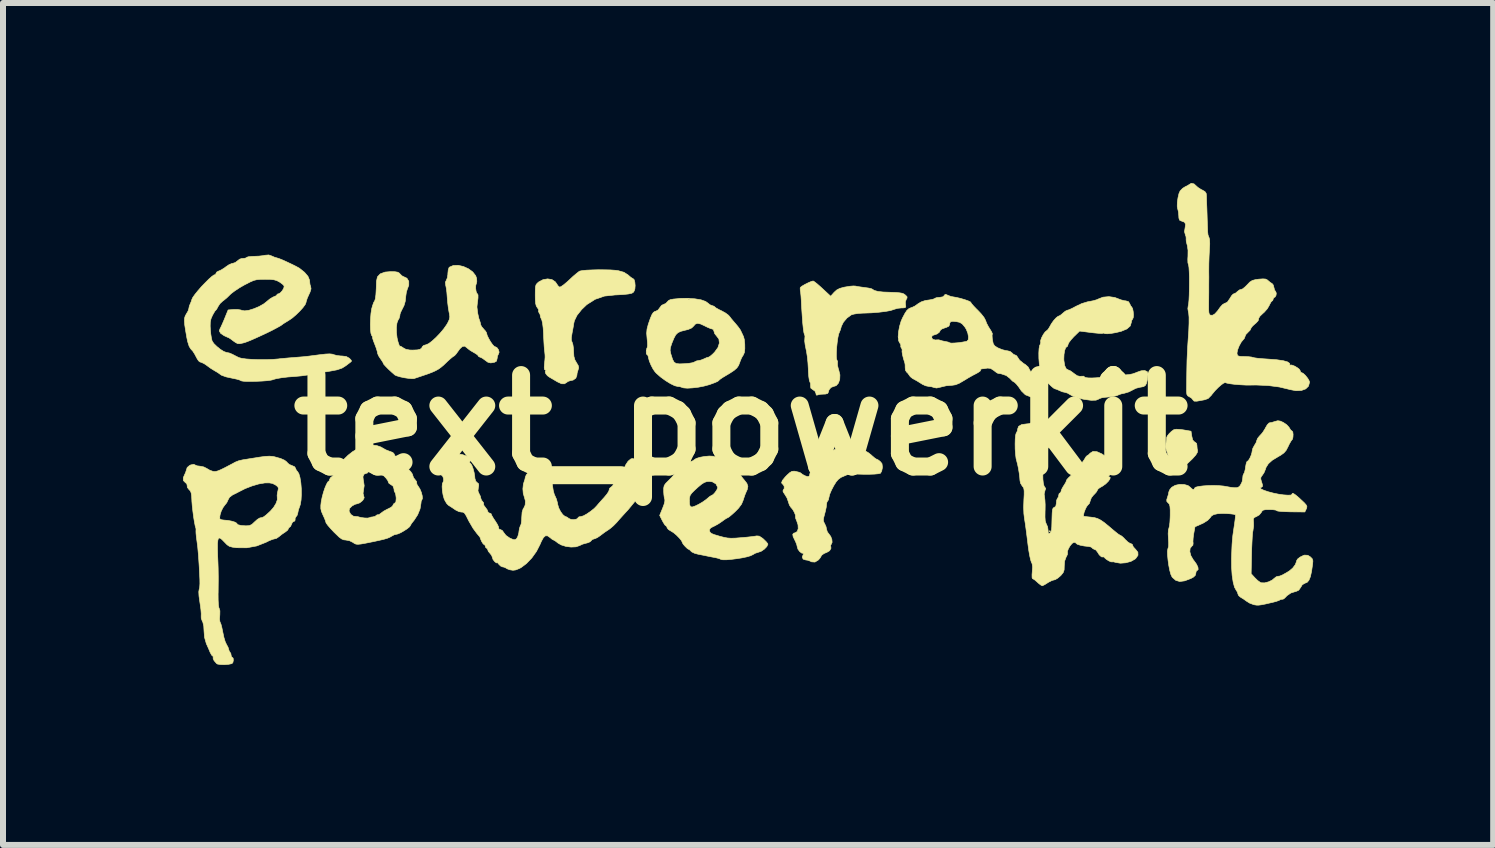
<source format=kicad_pcb>
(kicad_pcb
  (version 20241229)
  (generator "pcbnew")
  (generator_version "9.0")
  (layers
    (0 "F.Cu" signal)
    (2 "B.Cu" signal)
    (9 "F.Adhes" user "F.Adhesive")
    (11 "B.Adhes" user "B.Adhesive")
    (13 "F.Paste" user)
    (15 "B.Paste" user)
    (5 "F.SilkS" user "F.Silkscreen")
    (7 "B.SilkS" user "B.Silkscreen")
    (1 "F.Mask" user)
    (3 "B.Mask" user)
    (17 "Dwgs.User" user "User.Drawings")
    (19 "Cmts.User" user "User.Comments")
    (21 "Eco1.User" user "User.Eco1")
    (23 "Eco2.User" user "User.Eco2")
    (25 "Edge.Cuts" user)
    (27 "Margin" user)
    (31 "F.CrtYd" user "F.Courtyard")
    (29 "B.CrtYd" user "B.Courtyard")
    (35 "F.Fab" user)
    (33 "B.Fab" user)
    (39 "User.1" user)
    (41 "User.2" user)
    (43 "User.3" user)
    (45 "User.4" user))
  (footprint "text_powerkit"
    (layer "F.Cu")
    (at 9.3 4.036)
    (property "Reference" "text_powerkit" (at 0 0 0) (layer "F.SilkS") (effects (font (size 1.524 1.524) (thickness 0.3))))
    (attr through_hole)
    (fp_poly (pts (xy 5.158 1.768) (xy 5.148 1.778) (xy 5.139 1.768) (xy 5.148 1.758) (xy 5.158 1.768)) (stroke (width 0.01) (type solid)) (fill yes) (layer "F.SilkS"))
    (fp_poly (pts (xy 7.333 0.073) (xy 7.375 0.079) (xy 7.501 0.101) (xy 7.514 0.186) (xy 7.529 0.247) (xy 7.555 0.277) (xy 7.563 0.28) (xy 7.594 0.305) (xy 7.599 0.335) (xy 7.603 0.39) (xy 7.61 0.421) (xy 7.607 0.453) (xy 7.58 0.498) (xy 7.526 0.559) (xy 7.443 0.638) (xy 7.43 0.65) (xy 7.389 0.677) (xy 7.358 0.682) (xy 7.346 0.664) (xy 7.33 0.65) (xy 7.298 0.645) (xy 7.259 0.635) (xy 7.249 0.616) (xy 7.233 0.587) (xy 7.196 0.558) (xy 7.153 0.539) (xy 7.142 0.538) (xy 7.123 0.521) (xy 7.116 0.498) (xy 7.102 0.449) (xy 7.089 0.417) (xy 7.078 0.36) (xy 7.084 0.3) (xy 7.093 0.247) (xy 7.095 0.212) (xy 7.095 0.207) (xy 7.105 0.182) (xy 7.135 0.143) (xy 7.175 0.104) (xy 7.214 0.076) (xy 7.214 0.076) (xy 7.258 0.068) (xy 7.333 0.073)) (stroke (width 0.01) (type solid)) (fill yes) (layer "F.SilkS"))
    (fp_poly (pts (xy -2.273 -2.589) (xy -2.175 -2.587) (xy -2.093 -2.581) (xy -2.047 -2.575) (xy -1.951 -2.548) (xy -1.881 -2.503) (xy -1.876 -2.498) (xy -1.835 -2.463) (xy -1.804 -2.444) (xy -1.799 -2.442) (xy -1.781 -2.425) (xy -1.769 -2.382) (xy -1.764 -2.327) (xy -1.768 -2.273) (xy -1.773 -2.253) (xy -1.789 -2.219) (xy -1.818 -2.199) (xy -1.872 -2.187) (xy -1.887 -2.185) (xy -1.964 -2.177) (xy -2.053 -2.172) (xy -2.1 -2.17) (xy -2.276 -2.151) (xy -2.432 -2.097) (xy -2.57 -2.009) (xy -2.655 -1.928) (xy -2.733 -1.83) (xy -2.776 -1.742) (xy -2.786 -1.7) (xy -2.793 -1.654) (xy -2.805 -1.587) (xy -2.815 -1.535) (xy -2.827 -1.462) (xy -2.827 -1.414) (xy -2.814 -1.381) (xy -2.814 -1.381) (xy -2.801 -1.341) (xy -2.792 -1.278) (xy -2.79 -1.228) (xy -2.785 -1.147) (xy -2.768 -1.087) (xy -2.742 -1.042) (xy -2.712 -0.992) (xy -2.705 -0.955) (xy -2.714 -0.924) (xy -2.731 -0.868) (xy -2.735 -0.83) (xy -2.753 -0.783) (xy -2.798 -0.751) (xy -2.843 -0.742) (xy -2.883 -0.729) (xy -2.904 -0.713) (xy -2.943 -0.689) (xy -2.99 -0.69) (xy -3.054 -0.719) (xy -3.077 -0.732) (xy -3.131 -0.764) (xy -3.174 -0.789) (xy -3.185 -0.795) (xy -3.225 -0.823) (xy -3.254 -0.859) (xy -3.263 -0.891) (xy -3.256 -0.903) (xy -3.246 -0.916) (xy -3.26 -0.918) (xy -3.275 -0.928) (xy -3.279 -0.962) (xy -3.275 -1.021) (xy -3.268 -1.088) (xy -3.265 -1.133) (xy -3.266 -1.171) (xy -3.271 -1.221) (xy -3.275 -1.25) (xy -3.28 -1.31) (xy -3.285 -1.394) (xy -3.29 -1.488) (xy -3.291 -1.525) (xy -3.297 -1.62) (xy -3.307 -1.699) (xy -3.319 -1.751) (xy -3.323 -1.76) (xy -3.341 -1.8) (xy -3.345 -1.824) (xy -3.351 -1.851) (xy -3.363 -1.868) (xy -3.376 -1.897) (xy -3.373 -1.909) (xy -3.375 -1.931) (xy -3.395 -1.959) (xy -3.412 -1.987) (xy -3.423 -2.03) (xy -3.428 -2.096) (xy -3.429 -2.169) (xy -3.428 -2.252) (xy -3.425 -2.305) (xy -3.416 -2.339) (xy -3.398 -2.363) (xy -3.371 -2.387) (xy -3.299 -2.425) (xy -3.222 -2.438) (xy -3.15 -2.426) (xy -3.095 -2.389) (xy -3.077 -2.364) (xy -3.05 -2.323) (xy -3.023 -2.3) (xy -2.999 -2.309) (xy -2.954 -2.34) (xy -2.896 -2.389) (xy -2.861 -2.421) (xy -2.798 -2.48) (xy -2.741 -2.528) (xy -2.7 -2.56) (xy -2.686 -2.568) (xy -2.645 -2.576) (xy -2.574 -2.583) (xy -2.482 -2.587) (xy -2.379 -2.59) (xy -2.273 -2.589)) (stroke (width 0.01) (type solid)) (fill yes) (layer "F.SilkS"))
    (fp_poly (pts (xy 1.224 -2.39) (xy 1.267 -2.357) (xy 1.323 -2.308) (xy 1.358 -2.276) (xy 1.495 -2.149) (xy 1.553 -2.214) (xy 1.596 -2.253) (xy 1.646 -2.279) (xy 1.718 -2.299) (xy 1.742 -2.303) (xy 1.814 -2.315) (xy 1.874 -2.32) (xy 1.908 -2.318) (xy 1.947 -2.31) (xy 2.008 -2.301) (xy 2.061 -2.294) (xy 2.125 -2.285) (xy 2.171 -2.275) (xy 2.188 -2.267) (xy 2.222 -2.245) (xy 2.285 -2.228) (xy 2.368 -2.219) (xy 2.393 -2.218) (xy 2.508 -2.214) (xy 2.591 -2.211) (xy 2.648 -2.205) (xy 2.686 -2.198) (xy 2.713 -2.188) (xy 2.734 -2.173) (xy 2.737 -2.171) (xy 2.767 -2.142) (xy 2.768 -2.118) (xy 2.757 -2.103) (xy 2.74 -2.055) (xy 2.742 -2.012) (xy 2.747 -1.975) (xy 2.736 -1.958) (xy 2.7 -1.954) (xy 2.675 -1.954) (xy 2.609 -1.947) (xy 2.551 -1.93) (xy 2.544 -1.927) (xy 2.491 -1.91) (xy 2.407 -1.895) (xy 2.3 -1.882) (xy 2.176 -1.872) (xy 2.044 -1.867) (xy 2.032 -1.867) (xy 1.952 -1.862) (xy 1.883 -1.851) (xy 1.838 -1.838) (xy 1.837 -1.837) (xy 1.766 -1.785) (xy 1.707 -1.716) (xy 1.672 -1.645) (xy 1.67 -1.636) (xy 1.656 -1.586) (xy 1.642 -1.554) (xy 1.642 -1.553) (xy 1.628 -1.519) (xy 1.615 -1.458) (xy 1.604 -1.381) (xy 1.595 -1.297) (xy 1.59 -1.216) (xy 1.589 -1.148) (xy 1.593 -1.101) (xy 1.599 -1.086) (xy 1.61 -1.06) (xy 1.608 -1.036) (xy 1.609 -0.994) (xy 1.623 -0.937) (xy 1.63 -0.916) (xy 1.649 -0.838) (xy 1.646 -0.763) (xy 1.624 -0.7) (xy 1.586 -0.658) (xy 1.543 -0.645) (xy 1.5 -0.628) (xy 1.467 -0.588) (xy 1.456 -0.549) (xy 1.445 -0.528) (xy 1.407 -0.518) (xy 1.377 -0.517) (xy 1.321 -0.514) (xy 1.28 -0.504) (xy 1.275 -0.502) (xy 1.255 -0.501) (xy 1.25 -0.527) (xy 1.233 -0.567) (xy 1.2 -0.59) (xy 1.164 -0.617) (xy 1.16 -0.652) (xy 1.159 -0.697) (xy 1.149 -0.718) (xy 1.139 -0.748) (xy 1.13 -0.808) (xy 1.124 -0.888) (xy 1.122 -0.939) (xy 1.116 -1.041) (xy 1.105 -1.146) (xy 1.091 -1.236) (xy 1.085 -1.262) (xy 1.07 -1.336) (xy 1.062 -1.401) (xy 1.064 -1.44) (xy 1.067 -1.486) (xy 1.058 -1.511) (xy 1.049 -1.541) (xy 1.039 -1.607) (xy 1.029 -1.703) (xy 1.02 -1.828) (xy 1.01 -1.976) (xy 1.005 -2.082) (xy 1 -2.155) (xy 0.994 -2.214) (xy 0.988 -2.248) (xy 0.988 -2.248) (xy 0.987 -2.286) (xy 0.992 -2.297) (xy 1.017 -2.317) (xy 1.065 -2.345) (xy 1.121 -2.373) (xy 1.172 -2.395) (xy 1.203 -2.403) (xy 1.224 -2.39)) (stroke (width 0.01) (type solid)) (fill yes) (layer "F.SilkS"))
    (fp_poly (pts (xy -0.77 -2.106) (xy -0.666 -2.089) (xy -0.59 -2.062) (xy -0.555 -2.037) (xy -0.516 -2.006) (xy -0.482 -1.993) (xy -0.448 -1.981) (xy -0.439 -1.972) (xy -0.415 -1.953) (xy -0.367 -1.926) (xy -0.323 -1.905) (xy -0.261 -1.871) (xy -0.211 -1.834) (xy -0.191 -1.813) (xy -0.16 -1.772) (xy -0.115 -1.719) (xy -0.093 -1.694) (xy -0.049 -1.641) (xy -0.013 -1.591) (xy -0.003 -1.572) (xy 0.024 -1.515) (xy 0.042 -1.476) (xy 0.056 -1.425) (xy 0.063 -1.352) (xy 0.064 -1.276) (xy 0.058 -1.215) (xy 0.056 -1.208) (xy 0.036 -1.164) (xy 0.026 -1.15) (xy 0.007 -1.115) (xy -0.015 -1.061) (xy -0.02 -1.046) (xy -0.04 -0.995) (xy -0.069 -0.953) (xy -0.114 -0.913) (xy -0.182 -0.868) (xy -0.249 -0.828) (xy -0.309 -0.792) (xy -0.352 -0.762) (xy -0.371 -0.744) (xy -0.371 -0.743) (xy -0.388 -0.73) (xy -0.434 -0.709) (xy -0.5 -0.685) (xy -0.527 -0.675) (xy -0.616 -0.651) (xy -0.713 -0.632) (xy -0.808 -0.621) (xy -0.893 -0.616) (xy -0.956 -0.621) (xy -0.984 -0.63) (xy -1.021 -0.642) (xy -1.05 -0.644) (xy -1.104 -0.657) (xy -1.176 -0.692) (xy -1.257 -0.742) (xy -1.338 -0.801) (xy -1.41 -0.864) (xy -1.432 -0.888) (xy -1.465 -0.935) (xy -1.499 -1) (xy -1.527 -1.067) (xy -1.542 -1.122) (xy -1.544 -1.136) (xy -1.553 -1.166) (xy -1.564 -1.172) (xy -1.577 -1.189) (xy -1.579 -1.227) (xy -1.577 -1.244) (xy -1.181 -1.244) (xy -1.17 -1.19) (xy -1.162 -1.165) (xy -1.139 -1.093) (xy -1.114 -1.049) (xy -1.079 -1.027) (xy -1.023 -1.021) (xy -0.943 -1.024) (xy -0.869 -1.03) (xy -0.81 -1.04) (xy -0.777 -1.052) (xy -0.776 -1.053) (xy -0.739 -1.071) (xy -0.714 -1.075) (xy -0.668 -1.084) (xy -0.618 -1.104) (xy -0.572 -1.125) (xy -0.54 -1.133) (xy -0.54 -1.133) (xy -0.515 -1.147) (xy -0.475 -1.181) (xy -0.44 -1.216) (xy -0.384 -1.293) (xy -0.36 -1.368) (xy -0.368 -1.435) (xy -0.406 -1.485) (xy -0.438 -1.525) (xy -0.449 -1.561) (xy -0.461 -1.594) (xy -0.478 -1.602) (xy -0.51 -1.611) (xy -0.562 -1.633) (xy -0.598 -1.651) (xy -0.672 -1.686) (xy -0.724 -1.697) (xy -0.761 -1.684) (xy -0.788 -1.653) (xy -0.822 -1.62) (xy -0.879 -1.595) (xy -0.94 -1.58) (xy -1.005 -1.563) (xy -1.051 -1.541) (xy -1.087 -1.506) (xy -1.117 -1.45) (xy -1.152 -1.366) (xy -1.158 -1.348) (xy -1.177 -1.29) (xy -1.181 -1.244) (xy -1.577 -1.244) (xy -1.573 -1.27) (xy -1.561 -1.299) (xy -1.557 -1.328) (xy -1.559 -1.382) (xy -1.565 -1.446) (xy -1.572 -1.531) (xy -1.566 -1.601) (xy -1.546 -1.678) (xy -1.542 -1.69) (xy -1.51 -1.782) (xy -1.484 -1.843) (xy -1.46 -1.879) (xy -1.434 -1.896) (xy -1.419 -1.899) (xy -1.381 -1.92) (xy -1.352 -1.959) (xy -1.323 -1.997) (xy -1.291 -2.012) (xy -1.254 -2.028) (xy -1.227 -2.056) (xy -1.207 -2.077) (xy -1.177 -2.092) (xy -1.133 -2.1) (xy -0.879 -2.1) (xy -0.869 -2.091) (xy -0.86 -2.1) (xy -0.869 -2.11) (xy -0.879 -2.1) (xy -1.133 -2.1) (xy -1.129 -2.101) (xy -1.052 -2.108) (xy -1.034 -2.109) (xy -0.895 -2.113) (xy -0.77 -2.106)) (stroke (width 0.01) (type solid)) (fill yes) (layer "F.SilkS"))
    (fp_poly (pts (xy 1.862 0.375) (xy 1.936 0.383) (xy 1.999 0.393) (xy 2.04 0.403) (xy 2.052 0.411) (xy 2.067 0.43) (xy 2.086 0.438) (xy 2.121 0.458) (xy 2.167 0.494) (xy 2.182 0.508) (xy 2.224 0.544) (xy 2.254 0.565) (xy 2.261 0.567) (xy 2.286 0.579) (xy 2.319 0.604) (xy 2.35 0.641) (xy 2.357 0.692) (xy 2.356 0.714) (xy 2.345 0.766) (xy 2.326 0.8) (xy 2.321 0.803) (xy 2.288 0.81) (xy 2.225 0.816) (xy 2.139 0.819) (xy 2.042 0.819) (xy 1.94 0.816) (xy 1.887 0.814) (xy 1.773 0.825) (xy 1.666 0.871) (xy 1.622 0.904) (xy 1.586 0.946) (xy 1.546 1.01) (xy 1.508 1.083) (xy 1.479 1.151) (xy 1.466 1.204) (xy 1.465 1.209) (xy 1.457 1.247) (xy 1.446 1.26) (xy 1.431 1.287) (xy 1.426 1.322) (xy 1.421 1.368) (xy 1.407 1.434) (xy 1.395 1.48) (xy 1.378 1.544) (xy 1.373 1.585) (xy 1.381 1.616) (xy 1.395 1.643) (xy 1.418 1.694) (xy 1.426 1.736) (xy 1.44 1.78) (xy 1.465 1.813) (xy 1.496 1.855) (xy 1.515 1.906) (xy 1.519 1.953) (xy 1.506 1.982) (xy 1.506 1.982) (xy 1.493 2.006) (xy 1.496 2.014) (xy 1.5 2.053) (xy 1.477 2.093) (xy 1.435 2.118) (xy 1.433 2.119) (xy 1.385 2.139) (xy 1.345 2.168) (xy 1.329 2.196) (xy 1.329 2.197) (xy 1.316 2.217) (xy 1.29 2.247) (xy 1.233 2.282) (xy 1.175 2.278) (xy 1.153 2.266) (xy 1.11 2.251) (xy 1.079 2.247) (xy 1.036 2.233) (xy 1.021 2.198) (xy 1.038 2.155) (xy 1.051 2.134) (xy 1.042 2.136) (xy 1.013 2.133) (xy 0.979 2.107) (xy 0.95 2.068) (xy 0.938 2.029) (xy 0.938 2.028) (xy 0.929 1.989) (xy 0.907 1.935) (xy 0.899 1.92) (xy 0.869 1.857) (xy 0.863 1.819) (xy 0.88 1.8) (xy 0.904 1.794) (xy 0.938 1.772) (xy 0.954 1.725) (xy 0.951 1.662) (xy 0.93 1.599) (xy 0.912 1.555) (xy 0.908 1.526) (xy 0.909 1.524) (xy 0.907 1.497) (xy 0.889 1.452) (xy 0.862 1.405) (xy 0.833 1.37) (xy 0.83 1.368) (xy 0.808 1.333) (xy 0.79 1.281) (xy 0.789 1.276) (xy 0.767 1.213) (xy 0.731 1.154) (xy 0.73 1.153) (xy 0.702 1.111) (xy 0.701 1.086) (xy 0.703 1.085) (xy 0.721 1.055) (xy 0.719 1.015) (xy 0.698 0.986) (xy 0.695 0.984) (xy 0.676 0.962) (xy 0.69 0.922) (xy 0.738 0.863) (xy 0.767 0.833) (xy 0.815 0.79) (xy 0.85 0.77) (xy 0.888 0.767) (xy 0.915 0.772) (xy 0.964 0.784) (xy 0.994 0.796) (xy 0.996 0.798) (xy 1.028 0.823) (xy 1.075 0.847) (xy 1.117 0.859) (xy 1.121 0.86) (xy 1.142 0.843) (xy 1.148 0.811) (xy 1.162 0.764) (xy 1.199 0.71) (xy 1.209 0.7) (xy 1.246 0.656) (xy 1.268 0.62) (xy 1.27 0.611) (xy 1.286 0.583) (xy 1.304 0.572) (xy 1.339 0.549) (xy 1.379 0.509) (xy 1.384 0.504) (xy 1.423 0.468) (xy 1.459 0.45) (xy 1.463 0.449) (xy 1.506 0.437) (xy 1.52 0.426) (xy 1.551 0.411) (xy 1.608 0.395) (xy 1.677 0.381) (xy 1.745 0.372) (xy 1.788 0.37) (xy 1.862 0.375)) (stroke (width 0.01) (type solid)) (fill yes) (layer "F.SilkS"))
    (fp_poly (pts (xy 6.23 -2.128) (xy 6.272 -2.112) (xy 6.335 -2.088) (xy 6.394 -2.073) (xy 6.412 -2.072) (xy 6.458 -2.059) (xy 6.478 -2.027) (xy 6.497 -1.987) (xy 6.511 -1.971) (xy 6.527 -1.944) (xy 6.537 -1.894) (xy 6.542 -1.839) (xy 6.538 -1.792) (xy 6.528 -1.77) (xy 6.511 -1.741) (xy 6.506 -1.712) (xy 6.488 -1.653) (xy 6.431 -1.603) (xy 6.337 -1.564) (xy 6.246 -1.542) (xy 6.169 -1.529) (xy 6.107 -1.523) (xy 6.07 -1.525) (xy 6.065 -1.527) (xy 6.038 -1.535) (xy 6.031 -1.531) (xy 6.008 -1.528) (xy 5.955 -1.531) (xy 5.881 -1.538) (xy 5.831 -1.544) (xy 5.644 -1.568) (xy 5.547 -1.474) (xy 5.499 -1.421) (xy 5.464 -1.374) (xy 5.451 -1.344) (xy 5.443 -1.315) (xy 5.433 -1.309) (xy 5.412 -1.291) (xy 5.395 -1.245) (xy 5.384 -1.179) (xy 5.381 -1.105) (xy 5.382 -1.078) (xy 5.396 -0.99) (xy 5.423 -0.936) (xy 5.459 -0.918) (xy 5.487 -0.907) (xy 5.53 -0.877) (xy 5.55 -0.861) (xy 5.605 -0.823) (xy 5.651 -0.813) (xy 5.671 -0.815) (xy 5.713 -0.816) (xy 5.725 -0.803) (xy 5.742 -0.793) (xy 5.788 -0.787) (xy 5.849 -0.786) (xy 5.917 -0.789) (xy 5.979 -0.795) (xy 6.024 -0.804) (xy 6.035 -0.809) (xy 6.064 -0.816) (xy 6.123 -0.823) (xy 6.203 -0.828) (xy 6.284 -0.831) (xy 6.392 -0.836) (xy 6.47 -0.843) (xy 6.529 -0.855) (xy 6.58 -0.873) (xy 6.598 -0.881) (xy 6.67 -0.906) (xy 6.73 -0.91) (xy 6.771 -0.892) (xy 6.785 -0.856) (xy 6.785 -0.849) (xy 6.773 -0.758) (xy 6.759 -0.697) (xy 6.74 -0.662) (xy 6.711 -0.643) (xy 6.666 -0.634) (xy 6.647 -0.631) (xy 6.581 -0.614) (xy 6.523 -0.584) (xy 6.464 -0.554) (xy 6.397 -0.534) (xy 6.394 -0.533) (xy 6.341 -0.522) (xy 6.305 -0.51) (xy 6.301 -0.508) (xy 6.259 -0.49) (xy 6.186 -0.476) (xy 6.091 -0.466) (xy 6.076 -0.465) (xy 6.017 -0.457) (xy 5.972 -0.442) (xy 5.963 -0.435) (xy 5.917 -0.416) (xy 5.837 -0.414) (xy 5.724 -0.429) (xy 5.666 -0.441) (xy 5.591 -0.461) (xy 5.524 -0.487) (xy 5.487 -0.508) (xy 5.44 -0.535) (xy 5.399 -0.547) (xy 5.398 -0.547) (xy 5.356 -0.556) (xy 5.307 -0.577) (xy 5.262 -0.597) (xy 5.232 -0.606) (xy 5.231 -0.606) (xy 5.208 -0.619) (xy 5.168 -0.653) (xy 5.12 -0.699) (xy 5.074 -0.747) (xy 5.038 -0.79) (xy 5.022 -0.816) (xy 5.021 -0.818) (xy 5.014 -0.849) (xy 4.999 -0.893) (xy 4.983 -0.949) (xy 4.972 -1.026) (xy 4.965 -1.113) (xy 4.964 -1.2) (xy 4.968 -1.274) (xy 4.977 -1.326) (xy 4.985 -1.341) (xy 4.997 -1.372) (xy 4.994 -1.384) (xy 4.995 -1.413) (xy 5.012 -1.46) (xy 5.039 -1.511) (xy 5.069 -1.553) (xy 5.09 -1.57) (xy 5.119 -1.596) (xy 5.144 -1.637) (xy 5.173 -1.689) (xy 5.211 -1.743) (xy 5.252 -1.788) (xy 5.285 -1.814) (xy 5.295 -1.817) (xy 5.322 -1.83) (xy 5.36 -1.861) (xy 5.365 -1.866) (xy 5.405 -1.899) (xy 5.438 -1.915) (xy 5.44 -1.915) (xy 5.47 -1.924) (xy 5.522 -1.948) (xy 5.584 -1.981) (xy 5.679 -2.026) (xy 5.774 -2.055) (xy 5.806 -2.061) (xy 5.874 -2.074) (xy 5.931 -2.091) (xy 5.952 -2.101) (xy 6.034 -2.133) (xy 6.132 -2.142) (xy 6.23 -2.128)) (stroke (width 0.01) (type solid)) (fill yes) (layer "F.SilkS"))
    (fp_poly (pts (xy -0.465 0.518) (xy -0.416 0.533) (xy -0.351 0.56) (xy -0.281 0.594) (xy -0.216 0.63) (xy -0.165 0.663) (xy -0.14 0.686) (xy -0.14 0.687) (xy -0.118 0.703) (xy -0.11 0.703) (xy -0.087 0.719) (xy -0.058 0.758) (xy -0.051 0.771) (xy -0.014 0.828) (xy 0.034 0.89) (xy 0.051 0.91) (xy 0.098 0.97) (xy 0.115 1.02) (xy 0.104 1.075) (xy 0.089 1.107) (xy 0.066 1.162) (xy 0.043 1.23) (xy 0.037 1.25) (xy 0.009 1.317) (xy -0.041 1.384) (xy -0.097 1.441) (xy -0.151 1.49) (xy -0.194 1.526) (xy -0.22 1.543) (xy -0.222 1.543) (xy -0.246 1.555) (xy -0.288 1.583) (xy -0.31 1.6) (xy -0.373 1.643) (xy -0.441 1.681) (xy -0.456 1.687) (xy -0.505 1.713) (xy -0.524 1.739) (xy -0.524 1.762) (xy -0.515 1.786) (xy -0.491 1.806) (xy -0.444 1.825) (xy -0.366 1.848) (xy -0.361 1.85) (xy -0.287 1.869) (xy -0.226 1.881) (xy -0.165 1.885) (xy -0.091 1.883) (xy 0.008 1.875) (xy 0.01 1.875) (xy 0.101 1.867) (xy 0.181 1.858) (xy 0.239 1.85) (xy 0.264 1.846) (xy 0.305 1.85) (xy 0.36 1.886) (xy 0.376 1.9) (xy 0.418 1.941) (xy 0.444 1.973) (xy 0.449 1.984) (xy 0.431 2.023) (xy 0.39 2.066) (xy 0.337 2.102) (xy 0.294 2.117) (xy 0.238 2.135) (xy 0.195 2.16) (xy 0.194 2.16) (xy 0.159 2.177) (xy 0.097 2.195) (xy 0.017 2.212) (xy -0.072 2.226) (xy -0.161 2.237) (xy -0.241 2.244) (xy -0.302 2.244) (xy -0.335 2.238) (xy -0.337 2.236) (xy -0.363 2.224) (xy -0.414 2.211) (xy -0.444 2.205) (xy -0.508 2.193) (xy -0.562 2.182) (xy -0.576 2.179) (xy -0.619 2.17) (xy -0.681 2.158) (xy -0.712 2.152) (xy -0.772 2.136) (xy -0.818 2.114) (xy -0.831 2.103) (xy -0.857 2.077) (xy -0.869 2.071) (xy -0.892 2.058) (xy -0.926 2.026) (xy -0.958 1.99) (xy -0.976 1.962) (xy -0.977 1.957) (xy -0.991 1.926) (xy -1.027 1.882) (xy -1.074 1.834) (xy -1.124 1.792) (xy -1.166 1.766) (xy -1.209 1.74) (xy -1.23 1.713) (xy -1.231 1.709) (xy -1.241 1.684) (xy -1.249 1.68) (xy -1.268 1.664) (xy -1.294 1.623) (xy -1.311 1.592) (xy -1.355 1.504) (xy -1.305 1.382) (xy -1.281 1.318) (xy -1.269 1.267) (xy -1.269 1.254) (xy -0.86 1.254) (xy -0.857 1.321) (xy -0.844 1.357) (xy -0.815 1.365) (xy -0.764 1.348) (xy -0.708 1.321) (xy -0.642 1.283) (xy -0.581 1.24) (xy -0.561 1.223) (xy -0.522 1.19) (xy -0.494 1.173) (xy -0.491 1.172) (xy -0.464 1.157) (xy -0.431 1.121) (xy -0.402 1.078) (xy -0.388 1.042) (xy -0.388 1.036) (xy -0.418 0.979) (xy -0.476 0.945) (xy -0.527 0.938) (xy -0.57 0.941) (xy -0.611 0.955) (xy -0.657 0.984) (xy -0.716 1.033) (xy -0.774 1.086) (xy -0.823 1.135) (xy -0.849 1.174) (xy -0.859 1.217) (xy -0.86 1.254) (xy -1.269 1.254) (xy -1.269 1.241) (xy -1.278 1.211) (xy -1.285 1.157) (xy -1.288 1.112) (xy -1.288 1.048) (xy -1.279 1.006) (xy -1.254 0.97) (xy -1.218 0.934) (xy -1.151 0.867) (xy -1.106 0.807) (xy -1.075 0.748) (xy -1.048 0.717) (xy -0.997 0.679) (xy -0.936 0.643) (xy -0.877 0.616) (xy -0.833 0.606) (xy -0.798 0.592) (xy -0.784 0.58) (xy -0.747 0.556) (xy -0.684 0.536) (xy -0.607 0.522) (xy -0.53 0.515) (xy -0.465 0.518)) (stroke (width 0.01) (type solid)) (fill yes) (layer "F.SilkS"))
    (fp_poly (pts (xy -6.072 0.34) (xy -6.002 0.364) (xy -5.978 0.378) (xy -5.918 0.412) (xy -5.856 0.436) (xy -5.847 0.439) (xy -5.804 0.455) (xy -5.784 0.475) (xy -5.783 0.477) (xy -5.768 0.508) (xy -5.732 0.547) (xy -5.687 0.58) (xy -5.661 0.592) (xy -5.632 0.615) (xy -5.627 0.631) (xy -5.613 0.658) (xy -5.579 0.699) (xy -5.549 0.728) (xy -5.505 0.774) (xy -5.476 0.817) (xy -5.471 0.836) (xy -5.457 0.877) (xy -5.432 0.908) (xy -5.407 0.94) (xy -5.405 0.961) (xy -5.401 0.987) (xy -5.378 1.022) (xy -5.351 1.064) (xy -5.328 1.119) (xy -5.313 1.176) (xy -5.309 1.221) (xy -5.317 1.242) (xy -5.33 1.268) (xy -5.334 1.305) (xy -5.349 1.396) (xy -5.389 1.494) (xy -5.446 1.582) (xy -5.449 1.586) (xy -5.485 1.631) (xy -5.507 1.665) (xy -5.51 1.674) (xy -5.526 1.696) (xy -5.565 1.728) (xy -5.618 1.762) (xy -5.672 1.793) (xy -5.718 1.813) (xy -5.735 1.817) (xy -5.781 1.828) (xy -5.82 1.849) (xy -5.851 1.867) (xy -5.891 1.884) (xy -5.948 1.901) (xy -6.028 1.92) (xy -6.139 1.944) (xy -6.155 1.947) (xy -6.259 1.968) (xy -6.333 1.981) (xy -6.383 1.986) (xy -6.417 1.983) (xy -6.443 1.972) (xy -6.467 1.955) (xy -6.525 1.926) (xy -6.585 1.915) (xy -6.622 1.911) (xy -6.657 1.896) (xy -6.699 1.865) (xy -6.754 1.812) (xy -6.786 1.781) (xy -6.842 1.721) (xy -6.886 1.67) (xy -6.912 1.634) (xy -6.917 1.624) (xy -6.925 1.595) (xy -6.945 1.545) (xy -6.965 1.502) (xy -6.991 1.442) (xy -6.994 1.429) (xy -6.532 1.429) (xy -6.53 1.438) (xy -6.505 1.486) (xy -6.461 1.517) (xy -6.423 1.522) (xy -6.384 1.525) (xy -6.37 1.53) (xy -6.329 1.54) (xy -6.276 1.547) (xy -6.226 1.549) (xy -6.196 1.544) (xy -6.194 1.543) (xy -6.169 1.533) (xy -6.135 1.529) (xy -6.096 1.519) (xy -6.08 1.505) (xy -6.062 1.493) (xy -6.056 1.495) (xy -6.032 1.491) (xy -5.999 1.466) (xy -5.954 1.433) (xy -5.895 1.401) (xy -5.881 1.395) (xy -5.833 1.37) (xy -5.805 1.346) (xy -5.803 1.338) (xy -5.787 1.31) (xy -5.773 1.302) (xy -5.752 1.279) (xy -5.747 1.228) (xy -5.747 1.21) (xy -5.754 1.158) (xy -5.764 1.125) (xy -5.768 1.121) (xy -5.78 1.096) (xy -5.783 1.063) (xy -5.8 1.015) (xy -5.832 0.993) (xy -5.867 0.97) (xy -5.877 0.949) (xy -5.887 0.922) (xy -5.916 0.883) (xy -5.952 0.846) (xy -5.985 0.823) (xy -5.994 0.821) (xy -6.024 0.808) (xy -6.046 0.79) (xy -6.082 0.766) (xy -6.124 0.751) (xy -6.16 0.749) (xy -6.174 0.763) (xy -6.186 0.775) (xy -6.194 0.772) (xy -6.212 0.773) (xy -6.213 0.78) (xy -6.229 0.799) (xy -6.24 0.801) (xy -6.282 0.817) (xy -6.301 0.859) (xy -6.294 0.921) (xy -6.292 0.926) (xy -6.28 1.009) (xy -6.289 1.067) (xy -6.299 1.137) (xy -6.289 1.177) (xy -6.28 1.211) (xy -6.299 1.246) (xy -6.313 1.262) (xy -6.354 1.295) (xy -6.393 1.309) (xy -6.393 1.309) (xy -6.434 1.32) (xy -6.482 1.347) (xy -6.485 1.35) (xy -6.524 1.388) (xy -6.532 1.429) (xy -6.994 1.429) (xy -7.003 1.393) (xy -7.003 1.338) (xy -6.996 1.276) (xy -6.981 1.202) (xy -6.96 1.123) (xy -6.935 1.048) (xy -6.909 0.987) (xy -6.887 0.947) (xy -6.874 0.938) (xy -6.86 0.922) (xy -6.858 0.909) (xy -6.843 0.878) (xy -6.82 0.86) (xy -6.793 0.833) (xy -6.758 0.781) (xy -6.73 0.728) (xy -6.684 0.651) (xy -6.622 0.573) (xy -6.549 0.502) (xy -6.473 0.442) (xy -6.402 0.4) (xy -6.342 0.382) (xy -6.318 0.383) (xy -6.273 0.378) (xy -6.253 0.363) (xy -6.211 0.338) (xy -6.146 0.331) (xy -6.072 0.34)) (stroke (width 0.01) (type solid)) (fill yes) (layer "F.SilkS"))
    (fp_poly (pts (xy -4.626 -2.644) (xy -4.542 -2.606) (xy -4.471 -2.554) (xy -4.422 -2.491) (xy -4.407 -2.449) (xy -4.403 -2.397) (xy -4.41 -2.36) (xy -4.412 -2.358) (xy -4.421 -2.326) (xy -4.422 -2.279) (xy -4.415 -2.23) (xy -4.402 -2.196) (xy -4.392 -2.188) (xy -4.383 -2.17) (xy -4.383 -2.12) (xy -4.387 -2.086) (xy -4.395 -2.024) (xy -4.4 -1.978) (xy -4.4 -1.964) (xy -4.388 -1.865) (xy -4.369 -1.779) (xy -4.359 -1.752) (xy -4.344 -1.705) (xy -4.338 -1.673) (xy -4.324 -1.643) (xy -4.292 -1.606) (xy -4.289 -1.602) (xy -4.256 -1.565) (xy -4.24 -1.537) (xy -4.24 -1.535) (xy -4.231 -1.498) (xy -4.206 -1.446) (xy -4.174 -1.39) (xy -4.14 -1.342) (xy -4.112 -1.313) (xy -4.102 -1.309) (xy -4.068 -1.293) (xy -4.042 -1.257) (xy -4.031 -1.216) (xy -4.041 -1.188) (xy -4.058 -1.152) (xy -4.064 -1.112) (xy -4.075 -1.067) (xy -4.108 -1.048) (xy -4.171 -1.037) (xy -4.219 -1.049) (xy -4.267 -1.084) (xy -4.311 -1.116) (xy -4.346 -1.133) (xy -4.35 -1.133) (xy -4.374 -1.145) (xy -4.377 -1.152) (xy -4.392 -1.172) (xy -4.433 -1.199) (xy -4.454 -1.211) (xy -4.512 -1.245) (xy -4.559 -1.281) (xy -4.568 -1.29) (xy -4.606 -1.317) (xy -4.644 -1.311) (xy -4.687 -1.271) (xy -4.717 -1.229) (xy -4.75 -1.184) (xy -4.775 -1.157) (xy -4.782 -1.153) (xy -4.803 -1.14) (xy -4.843 -1.107) (xy -4.895 -1.06) (xy -4.905 -1.05) (xy -4.955 -1.002) (xy -4.999 -0.965) (xy -5.042 -0.934) (xy -5.091 -0.907) (xy -5.151 -0.88) (xy -5.231 -0.85) (xy -5.335 -0.815) (xy -5.451 -0.776) (xy -5.485 -0.775) (xy -5.543 -0.78) (xy -5.611 -0.79) (xy -5.681 -0.805) (xy -5.738 -0.822) (xy -5.767 -0.835) (xy -5.823 -0.884) (xy -5.878 -0.935) (xy -5.923 -0.981) (xy -5.953 -1.014) (xy -5.959 -1.026) (xy -5.97 -1.05) (xy -5.997 -1.091) (xy -6.008 -1.106) (xy -6.039 -1.154) (xy -6.056 -1.193) (xy -6.057 -1.201) (xy -6.064 -1.234) (xy -6.082 -1.291) (xy -6.104 -1.349) (xy -6.127 -1.408) (xy -6.14 -1.45) (xy -6.141 -1.465) (xy -6.143 -1.478) (xy -6.156 -1.496) (xy -6.168 -1.532) (xy -6.175 -1.597) (xy -6.177 -1.68) (xy -6.174 -1.772) (xy -6.167 -1.862) (xy -6.155 -1.94) (xy -6.14 -1.993) (xy -6.129 -2.024) (xy -6.127 -2.032) (xy -6.116 -2.055) (xy -6.105 -2.071) (xy -6.094 -2.107) (xy -6.085 -2.174) (xy -6.079 -2.277) (xy -6.075 -2.4) (xy -6.059 -2.472) (xy -6.012 -2.522) (xy -5.933 -2.551) (xy -5.839 -2.559) (xy -5.766 -2.557) (xy -5.72 -2.549) (xy -5.693 -2.533) (xy -5.683 -2.521) (xy -5.651 -2.489) (xy -5.628 -2.477) (xy -5.568 -2.449) (xy -5.537 -2.398) (xy -5.537 -2.331) (xy -5.559 -2.274) (xy -5.577 -2.217) (xy -5.587 -2.148) (xy -5.588 -2.133) (xy -5.596 -2.063) (xy -5.615 -1.997) (xy -5.62 -1.986) (xy -5.654 -1.919) (xy -5.674 -1.877) (xy -5.683 -1.849) (xy -5.686 -1.826) (xy -5.686 -1.822) (xy -5.698 -1.78) (xy -5.716 -1.75) (xy -5.734 -1.703) (xy -5.743 -1.629) (xy -5.742 -1.542) (xy -5.732 -1.454) (xy -5.716 -1.387) (xy -5.7 -1.34) (xy -5.689 -1.315) (xy -5.687 -1.315) (xy -5.673 -1.316) (xy -5.64 -1.296) (xy -5.634 -1.291) (xy -5.585 -1.264) (xy -5.52 -1.252) (xy -5.473 -1.251) (xy -5.395 -1.254) (xy -5.347 -1.265) (xy -5.32 -1.287) (xy -5.312 -1.307) (xy -5.288 -1.329) (xy -5.248 -1.34) (xy -5.206 -1.358) (xy -5.149 -1.401) (xy -5.083 -1.461) (xy -5.016 -1.531) (xy -4.954 -1.605) (xy -4.905 -1.675) (xy -4.889 -1.702) (xy -4.862 -1.759) (xy -4.853 -1.804) (xy -4.86 -1.858) (xy -4.866 -1.885) (xy -4.878 -1.956) (xy -4.889 -2.046) (xy -4.896 -2.132) (xy -4.902 -2.211) (xy -4.911 -2.281) (xy -4.92 -2.326) (xy -4.921 -2.328) (xy -4.927 -2.382) (xy -4.912 -2.413) (xy -4.894 -2.456) (xy -4.885 -2.516) (xy -4.885 -2.532) (xy -4.879 -2.587) (xy -4.866 -2.626) (xy -4.86 -2.633) (xy -4.795 -2.661) (xy -4.713 -2.664) (xy -4.626 -2.644)) (stroke (width 0.01) (type solid)) (fill yes) (layer "F.SilkS"))
    (fp_poly (pts (xy 3.431 -2.173) (xy 3.443 -2.166) (xy 3.499 -2.145) (xy 3.536 -2.138) (xy 3.594 -2.128) (xy 3.661 -2.112) (xy 3.729 -2.092) (xy 3.786 -2.072) (xy 3.822 -2.055) (xy 3.83 -2.047) (xy 3.843 -2.025) (xy 3.878 -1.985) (xy 3.928 -1.933) (xy 3.946 -1.916) (xy 4.004 -1.854) (xy 4.05 -1.796) (xy 4.074 -1.751) (xy 4.076 -1.747) (xy 4.095 -1.696) (xy 4.128 -1.634) (xy 4.144 -1.61) (xy 4.174 -1.561) (xy 4.189 -1.528) (xy 4.189 -1.519) (xy 4.185 -1.495) (xy 4.188 -1.446) (xy 4.192 -1.418) (xy 4.204 -1.359) (xy 4.227 -1.323) (xy 4.272 -1.293) (xy 4.286 -1.286) (xy 4.352 -1.259) (xy 4.417 -1.242) (xy 4.433 -1.241) (xy 4.485 -1.229) (xy 4.517 -1.204) (xy 4.546 -1.177) (xy 4.564 -1.172) (xy 4.595 -1.156) (xy 4.605 -1.14) (xy 4.644 -1.082) (xy 4.71 -1.028) (xy 4.74 -1.01) (xy 4.786 -0.969) (xy 4.814 -0.916) (xy 4.85 -0.856) (xy 4.889 -0.825) (xy 4.927 -0.801) (xy 4.943 -0.779) (xy 4.954 -0.752) (xy 4.982 -0.71) (xy 4.992 -0.695) (xy 5.029 -0.637) (xy 5.038 -0.588) (xy 5.019 -0.532) (xy 5.007 -0.51) (xy 4.978 -0.471) (xy 4.943 -0.454) (xy 4.89 -0.456) (xy 4.836 -0.468) (xy 4.74 -0.506) (xy 4.674 -0.57) (xy 4.664 -0.585) (xy 4.628 -0.638) (xy 4.59 -0.685) (xy 4.558 -0.716) (xy 4.544 -0.723) (xy 4.524 -0.736) (xy 4.491 -0.77) (xy 4.483 -0.779) (xy 4.422 -0.827) (xy 4.335 -0.856) (xy 4.284 -0.863) (xy 4.261 -0.875) (xy 4.222 -0.905) (xy 4.212 -0.913) (xy 4.16 -0.946) (xy 4.109 -0.951) (xy 4.097 -0.949) (xy 4.046 -0.941) (xy 4.012 -0.938) (xy 3.993 -0.928) (xy 3.995 -0.919) (xy 3.986 -0.901) (xy 3.95 -0.876) (xy 3.923 -0.861) (xy 3.863 -0.83) (xy 3.787 -0.787) (xy 3.715 -0.743) (xy 3.638 -0.698) (xy 3.576 -0.673) (xy 3.517 -0.664) (xy 3.5 -0.663) (xy 3.424 -0.657) (xy 3.349 -0.64) (xy 3.333 -0.635) (xy 3.261 -0.619) (xy 3.222 -0.626) (xy 3.176 -0.64) (xy 3.132 -0.645) (xy 3.078 -0.656) (xy 3.021 -0.682) (xy 3.019 -0.684) (xy 2.934 -0.737) (xy 2.865 -0.775) (xy 2.859 -0.778) (xy 2.822 -0.808) (xy 2.805 -0.832) (xy 2.777 -0.87) (xy 2.759 -0.886) (xy 2.741 -0.916) (xy 2.737 -0.954) (xy 2.736 -1.005) (xy 2.731 -1.036) (xy 2.709 -1.106) (xy 2.692 -1.173) (xy 2.684 -1.225) (xy 2.686 -1.25) (xy 2.683 -1.274) (xy 2.676 -1.28) (xy 2.662 -1.307) (xy 2.665 -1.319) (xy 2.66 -1.352) (xy 2.647 -1.368) (xy 2.627 -1.407) (xy 2.622 -1.461) (xy 3.177 -1.461) (xy 3.195 -1.432) (xy 3.2 -1.429) (xy 3.241 -1.419) (xy 3.259 -1.421) (xy 3.297 -1.422) (xy 3.317 -1.416) (xy 3.361 -1.403) (xy 3.409 -1.394) (xy 3.455 -1.384) (xy 3.482 -1.371) (xy 3.507 -1.367) (xy 3.558 -1.369) (xy 3.624 -1.374) (xy 3.692 -1.384) (xy 3.752 -1.395) (xy 3.766 -1.399) (xy 3.788 -1.423) (xy 3.792 -1.471) (xy 3.781 -1.532) (xy 3.756 -1.596) (xy 3.732 -1.635) (xy 3.688 -1.687) (xy 3.644 -1.714) (xy 3.591 -1.725) (xy 3.527 -1.731) (xy 3.493 -1.723) (xy 3.479 -1.699) (xy 3.478 -1.68) (xy 3.465 -1.65) (xy 3.42 -1.628) (xy 3.4 -1.622) (xy 3.351 -1.604) (xy 3.324 -1.585) (xy 3.322 -1.579) (xy 3.305 -1.548) (xy 3.268 -1.52) (xy 3.225 -1.505) (xy 3.221 -1.505) (xy 3.187 -1.491) (xy 3.177 -1.461) (xy 2.622 -1.461) (xy 2.62 -1.473) (xy 2.626 -1.555) (xy 2.643 -1.646) (xy 2.669 -1.734) (xy 2.694 -1.79) (xy 2.734 -1.865) (xy 2.766 -1.913) (xy 2.798 -1.941) (xy 2.838 -1.959) (xy 2.853 -1.963) (xy 2.902 -1.987) (xy 2.95 -2.022) (xy 3.003 -2.054) (xy 3.068 -2.076) (xy 3.077 -2.078) (xy 3.153 -2.089) (xy 3.2 -2.099) (xy 3.225 -2.108) (xy 3.236 -2.116) (xy 3.264 -2.126) (xy 3.311 -2.13) (xy 3.313 -2.13) (xy 3.365 -2.139) (xy 3.388 -2.16) (xy 3.402 -2.179) (xy 3.431 -2.173)) (stroke (width 0.01) (type solid)) (fill yes) (layer "F.SilkS"))
    (fp_poly (pts (xy 7.551 -4.021) (xy 7.575 -3.999) (xy 7.616 -3.962) (xy 7.672 -3.926) (xy 7.684 -3.921) (xy 7.733 -3.893) (xy 7.754 -3.862) (xy 7.758 -3.823) (xy 7.759 -3.779) (xy 7.761 -3.707) (xy 7.765 -3.616) (xy 7.768 -3.527) (xy 7.771 -3.428) (xy 7.774 -3.337) (xy 7.777 -3.265) (xy 7.778 -3.225) (xy 7.784 -3.171) (xy 7.798 -3.133) (xy 7.8 -3.131) (xy 7.81 -3.095) (xy 7.813 -3.022) (xy 7.808 -2.926) (xy 7.802 -2.816) (xy 7.798 -2.692) (xy 7.797 -2.577) (xy 7.797 -2.56) (xy 7.798 -2.465) (xy 7.797 -2.347) (xy 7.797 -2.22) (xy 7.796 -2.108) (xy 7.795 -2.001) (xy 7.795 -1.927) (xy 7.798 -1.88) (xy 7.805 -1.852) (xy 7.815 -1.838) (xy 7.831 -1.832) (xy 7.832 -1.832) (xy 7.864 -1.833) (xy 7.9 -1.856) (xy 7.944 -1.905) (xy 7.989 -1.968) (xy 8.026 -2.009) (xy 8.063 -2.031) (xy 8.07 -2.032) (xy 8.107 -2.051) (xy 8.144 -2.104) (xy 8.148 -2.11) (xy 8.177 -2.157) (xy 8.204 -2.185) (xy 8.213 -2.188) (xy 8.245 -2.202) (xy 8.275 -2.228) (xy 8.31 -2.255) (xy 8.337 -2.262) (xy 8.363 -2.272) (xy 8.404 -2.306) (xy 8.436 -2.338) (xy 8.481 -2.385) (xy 8.522 -2.411) (xy 8.573 -2.425) (xy 8.629 -2.433) (xy 8.699 -2.438) (xy 8.743 -2.435) (xy 8.772 -2.421) (xy 8.788 -2.407) (xy 8.825 -2.376) (xy 8.851 -2.361) (xy 8.871 -2.337) (xy 8.882 -2.297) (xy 8.894 -2.251) (xy 8.911 -2.227) (xy 8.922 -2.201) (xy 8.918 -2.164) (xy 8.901 -2.135) (xy 8.889 -2.13) (xy 8.873 -2.114) (xy 8.87 -2.1) (xy 8.861 -2.074) (xy 8.853 -2.071) (xy 8.836 -2.055) (xy 8.813 -2.014) (xy 8.806 -1.998) (xy 8.773 -1.941) (xy 8.722 -1.883) (xy 8.697 -1.861) (xy 8.651 -1.817) (xy 8.629 -1.782) (xy 8.628 -1.77) (xy 8.62 -1.741) (xy 8.585 -1.703) (xy 8.569 -1.69) (xy 8.527 -1.652) (xy 8.502 -1.62) (xy 8.499 -1.611) (xy 8.485 -1.582) (xy 8.451 -1.548) (xy 8.45 -1.547) (xy 8.416 -1.512) (xy 8.402 -1.48) (xy 8.402 -1.48) (xy 8.388 -1.443) (xy 8.373 -1.427) (xy 8.338 -1.384) (xy 8.304 -1.323) (xy 8.278 -1.257) (xy 8.267 -1.202) (xy 8.268 -1.191) (xy 8.275 -1.165) (xy 8.293 -1.151) (xy 8.331 -1.145) (xy 8.392 -1.144) (xy 8.458 -1.141) (xy 8.51 -1.135) (xy 8.531 -1.129) (xy 8.559 -1.122) (xy 8.616 -1.114) (xy 8.696 -1.107) (xy 8.785 -1.101) (xy 8.93 -1.09) (xy 9.039 -1.074) (xy 9.11 -1.054) (xy 9.145 -1.029) (xy 9.147 -1.013) (xy 9.149 -0.997) (xy 9.155 -1.001) (xy 9.18 -1.002) (xy 9.223 -0.986) (xy 9.269 -0.96) (xy 9.306 -0.931) (xy 9.32 -0.908) (xy 9.329 -0.882) (xy 9.336 -0.879) (xy 9.369 -0.864) (xy 9.409 -0.827) (xy 9.447 -0.779) (xy 9.472 -0.734) (xy 9.476 -0.714) (xy 9.459 -0.65) (xy 9.412 -0.604) (xy 9.341 -0.578) (xy 9.25 -0.574) (xy 9.145 -0.594) (xy 9.128 -0.599) (xy 8.973 -0.636) (xy 8.79 -0.66) (xy 8.588 -0.669) (xy 8.499 -0.668) (xy 8.414 -0.668) (xy 8.321 -0.673) (xy 8.231 -0.68) (xy 8.152 -0.69) (xy 8.096 -0.701) (xy 8.076 -0.709) (xy 8.05 -0.704) (xy 8.008 -0.675) (xy 7.956 -0.63) (xy 7.901 -0.574) (xy 7.852 -0.515) (xy 7.838 -0.496) (xy 7.785 -0.443) (xy 7.723 -0.422) (xy 7.659 -0.41) (xy 7.602 -0.4) (xy 7.598 -0.399) (xy 7.553 -0.4) (xy 7.535 -0.419) (xy 7.51 -0.45) (xy 7.474 -0.472) (xy 7.446 -0.489) (xy 7.431 -0.514) (xy 7.427 -0.559) (xy 7.427 -0.604) (xy 7.428 -0.68) (xy 7.429 -0.774) (xy 7.43 -0.868) (xy 7.43 -0.869) (xy 7.434 -1.077) (xy 7.444 -1.289) (xy 7.451 -1.397) (xy 7.463 -1.567) (xy 7.468 -1.7) (xy 7.468 -1.799) (xy 7.462 -1.866) (xy 7.457 -1.888) (xy 7.448 -1.942) (xy 7.454 -1.986) (xy 7.461 -2.021) (xy 7.467 -2.085) (xy 7.471 -2.17) (xy 7.473 -2.268) (xy 7.474 -2.37) (xy 7.474 -2.47) (xy 7.471 -2.557) (xy 7.467 -2.626) (xy 7.461 -2.666) (xy 7.459 -2.672) (xy 7.449 -2.706) (xy 7.447 -2.766) (xy 7.45 -2.816) (xy 7.451 -2.915) (xy 7.439 -2.996) (xy 7.436 -3.006) (xy 7.422 -3.059) (xy 7.419 -3.099) (xy 7.42 -3.104) (xy 7.418 -3.14) (xy 7.406 -3.174) (xy 7.392 -3.226) (xy 7.402 -3.288) (xy 7.41 -3.348) (xy 7.392 -3.383) (xy 7.343 -3.402) (xy 7.337 -3.403) (xy 7.31 -3.417) (xy 7.299 -3.451) (xy 7.297 -3.488) (xy 7.292 -3.548) (xy 7.282 -3.595) (xy 7.279 -3.601) (xy 7.271 -3.647) (xy 7.273 -3.716) (xy 7.284 -3.791) (xy 7.3 -3.86) (xy 7.319 -3.903) (xy 7.36 -3.946) (xy 7.401 -3.972) (xy 7.442 -3.992) (xy 7.464 -4.006) (xy 7.505 -4.031) (xy 7.551 -4.021)) (stroke (width 0.01) (type solid)) (fill yes) (layer "F.SilkS"))
    (fp_poly (pts (xy -7.8 0.522) (xy -7.772 0.528) (xy -7.672 0.556) (xy -7.607 0.585) (xy -7.569 0.615) (xy -7.561 0.626) (xy -7.529 0.655) (xy -7.483 0.674) (xy -7.44 0.693) (xy -7.425 0.717) (xy -7.41 0.753) (xy -7.392 0.772) (xy -7.369 0.808) (xy -7.35 0.874) (xy -7.336 0.96) (xy -7.328 1.058) (xy -7.327 1.157) (xy -7.332 1.248) (xy -7.345 1.323) (xy -7.354 1.352) (xy -7.375 1.409) (xy -7.385 1.455) (xy -7.386 1.462) (xy -7.399 1.506) (xy -7.414 1.523) (xy -7.432 1.556) (xy -7.431 1.574) (xy -7.436 1.598) (xy -7.45 1.602) (xy -7.476 1.619) (xy -7.491 1.651) (xy -7.507 1.688) (xy -7.523 1.7) (xy -7.54 1.715) (xy -7.542 1.725) (xy -7.557 1.751) (xy -7.595 1.781) (xy -7.603 1.786) (xy -7.656 1.822) (xy -7.7 1.858) (xy -7.701 1.859) (xy -7.742 1.887) (xy -7.774 1.895) (xy -7.809 1.904) (xy -7.866 1.927) (xy -7.918 1.953) (xy -8.07 2.013) (xy -8.237 2.044) (xy -8.406 2.043) (xy -8.407 2.043) (xy -8.479 2.033) (xy -8.528 2.019) (xy -8.566 1.993) (xy -8.607 1.951) (xy -8.651 1.906) (xy -8.683 1.882) (xy -8.705 1.883) (xy -8.718 1.912) (xy -8.725 1.972) (xy -8.725 2.064) (xy -8.722 2.183) (xy -8.717 2.297) (xy -8.714 2.385) (xy -8.713 2.456) (xy -8.712 2.522) (xy -8.712 2.592) (xy -8.713 2.679) (xy -8.714 2.792) (xy -8.715 2.809) (xy -8.714 2.914) (xy -8.71 2.994) (xy -8.702 3.044) (xy -8.696 3.056) (xy -8.685 3.094) (xy -8.686 3.157) (xy -8.687 3.172) (xy -8.691 3.234) (xy -8.684 3.279) (xy -8.68 3.287) (xy -8.667 3.317) (xy -8.652 3.375) (xy -8.637 3.448) (xy -8.635 3.458) (xy -8.618 3.538) (xy -8.597 3.608) (xy -8.575 3.655) (xy -8.574 3.657) (xy -8.549 3.702) (xy -8.538 3.739) (xy -8.527 3.773) (xy -8.519 3.781) (xy -8.502 3.808) (xy -8.499 3.831) (xy -8.491 3.862) (xy -8.48 3.869) (xy -8.464 3.884) (xy -8.461 3.919) (xy -8.468 3.955) (xy -8.485 3.975) (xy -8.544 3.987) (xy -8.612 3.992) (xy -8.677 3.99) (xy -8.725 3.982) (xy -8.74 3.973) (xy -8.773 3.935) (xy -8.784 3.921) (xy -8.798 3.887) (xy -8.797 3.873) (xy -8.799 3.851) (xy -8.805 3.849) (xy -8.823 3.833) (xy -8.844 3.793) (xy -8.848 3.786) (xy -8.873 3.726) (xy -8.904 3.657) (xy -8.911 3.642) (xy -8.941 3.537) (xy -8.949 3.436) (xy -8.954 3.348) (xy -8.969 3.285) (xy -8.977 3.27) (xy -8.996 3.22) (xy -8.997 3.182) (xy -8.996 3.143) (xy -9.001 3.077) (xy -9.012 2.995) (xy -9.018 2.956) (xy -9.033 2.851) (xy -9.037 2.778) (xy -9.031 2.741) (xy -9.022 2.705) (xy -9.018 2.643) (xy -9.019 2.569) (xy -9.03 2.351) (xy -9.042 2.17) (xy -9.055 2.028) (xy -9.067 1.936) (xy -9.077 1.864) (xy -9.083 1.802) (xy -9.084 1.77) (xy -9.083 1.732) (xy -9.085 1.719) (xy -9.097 1.679) (xy -9.11 1.61) (xy -9.121 1.544) (xy -8.689 1.544) (xy -8.685 1.563) (xy -8.659 1.577) (xy -8.612 1.583) (xy -8.61 1.583) (xy -8.551 1.588) (xy -8.489 1.6) (xy -8.436 1.616) (xy -8.405 1.634) (xy -8.402 1.641) (xy -8.383 1.66) (xy -8.329 1.673) (xy -8.252 1.678) (xy -8.195 1.675) (xy -8.152 1.655) (xy -8.106 1.612) (xy -8.06 1.571) (xy -8.02 1.547) (xy -8.006 1.544) (xy -7.98 1.54) (xy -7.952 1.526) (xy -7.914 1.497) (xy -7.859 1.447) (xy -7.842 1.431) (xy -7.789 1.37) (xy -7.749 1.304) (xy -7.728 1.244) (xy -7.729 1.204) (xy -7.731 1.168) (xy -7.723 1.114) (xy -7.72 1.105) (xy -7.71 1.056) (xy -7.719 1.027) (xy -7.754 1) (xy -7.763 0.994) (xy -7.81 0.971) (xy -7.863 0.962) (xy -7.939 0.963) (xy -7.942 0.964) (xy -8.037 0.98) (xy -8.149 1.013) (xy -8.263 1.057) (xy -8.362 1.107) (xy -8.362 1.107) (xy -8.417 1.136) (xy -8.473 1.163) (xy -8.525 1.202) (xy -8.547 1.242) (xy -8.571 1.293) (xy -8.605 1.335) (xy -8.635 1.377) (xy -8.663 1.434) (xy -8.682 1.495) (xy -8.689 1.544) (xy -9.121 1.544) (xy -9.124 1.524) (xy -9.136 1.431) (xy -9.146 1.342) (xy -9.152 1.267) (xy -9.152 1.262) (xy -9.156 1.181) (xy -9.164 1.129) (xy -9.178 1.096) (xy -9.2 1.073) (xy -9.228 1.037) (xy -9.23 1.009) (xy -9.237 0.977) (xy -9.26 0.958) (xy -9.294 0.924) (xy -9.295 0.876) (xy -9.277 0.834) (xy -9.257 0.79) (xy -9.249 0.765) (xy -9.23 0.706) (xy -9.19 0.672) (xy -9.171 0.663) (xy -9.12 0.653) (xy -9.098 0.664) (xy -9.065 0.678) (xy -9.016 0.684) (xy -8.955 0.696) (xy -8.907 0.72) (xy -8.852 0.752) (xy -8.801 0.77) (xy -8.776 0.773) (xy -8.749 0.771) (xy -8.715 0.761) (xy -8.667 0.741) (xy -8.6 0.708) (xy -8.509 0.66) (xy -8.423 0.614) (xy -8.372 0.594) (xy -8.308 0.579) (xy -8.296 0.577) (xy -8.24 0.568) (xy -8.16 0.555) (xy -8.069 0.541) (xy -8.036 0.535) (xy -7.934 0.521) (xy -7.86 0.517) (xy -7.8 0.522)) (stroke (width 0.01) (type solid)) (fill yes) (layer "F.SilkS"))
    (fp_poly (pts (xy -7.825 -2.821) (xy -7.772 -2.798) (xy -7.73 -2.786) (xy -7.693 -2.774) (xy -7.631 -2.749) (xy -7.557 -2.715) (xy -7.481 -2.679) (xy -7.413 -2.645) (xy -7.364 -2.618) (xy -7.358 -2.614) (xy -7.274 -2.547) (xy -7.217 -2.48) (xy -7.191 -2.417) (xy -7.19 -2.404) (xy -7.184 -2.348) (xy -7.172 -2.307) (xy -7.166 -2.272) (xy -7.182 -2.219) (xy -7.201 -2.178) (xy -7.228 -2.118) (xy -7.245 -2.067) (xy -7.249 -2.047) (xy -7.263 -2.011) (xy -7.301 -1.959) (xy -7.355 -1.899) (xy -7.419 -1.837) (xy -7.484 -1.782) (xy -7.542 -1.743) (xy -7.593 -1.712) (xy -7.63 -1.689) (xy -7.64 -1.681) (xy -7.67 -1.659) (xy -7.729 -1.626) (xy -7.808 -1.584) (xy -7.901 -1.538) (xy -8 -1.492) (xy -8.096 -1.448) (xy -8.183 -1.41) (xy -8.253 -1.383) (xy -8.292 -1.371) (xy -8.35 -1.358) (xy -8.389 -1.359) (xy -8.425 -1.378) (xy -8.458 -1.401) (xy -8.502 -1.434) (xy -8.532 -1.454) (xy -8.538 -1.457) (xy -8.56 -1.466) (xy -8.604 -1.486) (xy -8.621 -1.495) (xy -8.673 -1.531) (xy -8.695 -1.571) (xy -8.683 -1.607) (xy -8.682 -1.608) (xy -8.67 -1.631) (xy -8.647 -1.681) (xy -8.618 -1.748) (xy -8.609 -1.77) (xy -8.548 -1.92) (xy -8.455 -1.928) (xy -8.39 -1.928) (xy -8.335 -1.919) (xy -8.32 -1.913) (xy -8.271 -1.905) (xy -8.2 -1.915) (xy -8.117 -1.941) (xy -8.031 -1.977) (xy -7.954 -2.021) (xy -7.908 -2.057) (xy -7.855 -2.101) (xy -7.805 -2.132) (xy -7.782 -2.142) (xy -7.747 -2.157) (xy -7.737 -2.171) (xy -7.721 -2.187) (xy -7.709 -2.188) (xy -7.679 -2.204) (xy -7.645 -2.241) (xy -7.62 -2.284) (xy -7.614 -2.318) (xy -7.614 -2.319) (xy -7.635 -2.344) (xy -7.677 -2.376) (xy -7.694 -2.387) (xy -7.738 -2.41) (xy -7.785 -2.423) (xy -7.85 -2.43) (xy -7.932 -2.431) (xy -8.01 -2.43) (xy -8.068 -2.425) (xy -8.118 -2.413) (xy -8.175 -2.389) (xy -8.249 -2.351) (xy -8.275 -2.338) (xy -8.358 -2.29) (xy -8.437 -2.238) (xy -8.498 -2.192) (xy -8.519 -2.172) (xy -8.57 -2.122) (xy -8.621 -2.08) (xy -8.639 -2.067) (xy -8.685 -2.024) (xy -8.717 -1.974) (xy -8.738 -1.934) (xy -8.754 -1.915) (xy -8.755 -1.915) (xy -8.769 -1.899) (xy -8.793 -1.858) (xy -8.81 -1.827) (xy -8.834 -1.771) (xy -8.845 -1.718) (xy -8.847 -1.651) (xy -8.844 -1.597) (xy -8.837 -1.519) (xy -8.826 -1.449) (xy -8.815 -1.404) (xy -8.815 -1.404) (xy -8.787 -1.361) (xy -8.737 -1.312) (xy -8.678 -1.264) (xy -8.621 -1.228) (xy -8.577 -1.212) (xy -8.573 -1.211) (xy -8.53 -1.203) (xy -8.476 -1.181) (xy -8.473 -1.179) (xy -8.419 -1.151) (xy -8.373 -1.128) (xy -8.372 -1.127) (xy -8.325 -1.114) (xy -8.247 -1.103) (xy -8.148 -1.096) (xy -8.035 -1.092) (xy -7.918 -1.092) (xy -7.804 -1.096) (xy -7.704 -1.104) (xy -7.694 -1.106) (xy -7.622 -1.113) (xy -7.534 -1.121) (xy -7.479 -1.125) (xy -7.382 -1.133) (xy -7.295 -1.14) (xy -7.204 -1.15) (xy -7.096 -1.164) (xy -7.019 -1.174) (xy -6.923 -1.185) (xy -6.856 -1.188) (xy -6.81 -1.183) (xy -6.789 -1.175) (xy -6.737 -1.161) (xy -6.671 -1.153) (xy -6.652 -1.153) (xy -6.579 -1.144) (xy -6.529 -1.116) (xy -6.523 -1.111) (xy -6.495 -1.08) (xy -6.494 -1.062) (xy -6.518 -1.042) (xy -6.562 -1.009) (xy -6.585 -0.991) (xy -6.649 -0.951) (xy -6.733 -0.922) (xy -6.838 -0.902) (xy -6.921 -0.888) (xy -7.022 -0.871) (xy -7.121 -0.853) (xy -7.132 -0.851) (xy -7.228 -0.835) (xy -7.33 -0.821) (xy -7.416 -0.813) (xy -7.425 -0.812) (xy -7.55 -0.803) (xy -7.659 -0.79) (xy -7.744 -0.775) (xy -7.799 -0.76) (xy -7.803 -0.757) (xy -7.837 -0.749) (xy -7.898 -0.741) (xy -7.977 -0.735) (xy -8.065 -0.731) (xy -8.153 -0.729) (xy -8.232 -0.729) (xy -8.293 -0.732) (xy -8.328 -0.738) (xy -8.332 -0.74) (xy -8.355 -0.752) (xy -8.406 -0.767) (xy -8.473 -0.781) (xy -8.584 -0.805) (xy -8.66 -0.833) (xy -8.695 -0.858) (xy -8.717 -0.874) (xy -8.759 -0.899) (xy -8.773 -0.907) (xy -8.835 -0.945) (xy -8.893 -0.987) (xy -8.896 -0.99) (xy -8.946 -1.024) (xy -8.992 -1.046) (xy -8.995 -1.046) (xy -9.02 -1.055) (xy -9.041 -1.072) (xy -9.063 -1.105) (xy -9.094 -1.163) (xy -9.105 -1.184) (xy -9.137 -1.234) (xy -9.171 -1.271) (xy -9.197 -1.313) (xy -9.222 -1.391) (xy -9.236 -1.457) (xy -9.257 -1.579) (xy -9.271 -1.67) (xy -9.276 -1.735) (xy -9.274 -1.783) (xy -9.263 -1.819) (xy -9.246 -1.85) (xy -9.244 -1.854) (xy -9.216 -1.901) (xy -9.203 -1.94) (xy -9.203 -1.943) (xy -9.194 -1.987) (xy -9.182 -2.015) (xy -9.161 -2.065) (xy -9.153 -2.093) (xy -9.137 -2.128) (xy -9.1 -2.18) (xy -9.05 -2.242) (xy -8.991 -2.31) (xy -8.928 -2.375) (xy -8.869 -2.434) (xy -8.818 -2.479) (xy -8.781 -2.505) (xy -8.765 -2.507) (xy -8.755 -2.511) (xy -8.753 -2.525) (xy -8.737 -2.552) (xy -8.708 -2.567) (xy -8.665 -2.586) (xy -8.61 -2.62) (xy -8.588 -2.637) (xy -8.535 -2.673) (xy -8.487 -2.694) (xy -8.472 -2.696) (xy -8.427 -2.711) (xy -8.396 -2.735) (xy -8.356 -2.766) (xy -8.324 -2.777) (xy -8.274 -2.781) (xy -8.248 -2.788) (xy -8.234 -2.799) (xy -8.208 -2.807) (xy -8.155 -2.812) (xy -8.11 -2.814) (xy -8.036 -2.817) (xy -7.967 -2.825) (xy -7.939 -2.831) (xy -7.871 -2.837) (xy -7.825 -2.821)) (stroke (width 0.01) (type solid)) (fill yes) (layer "F.SilkS"))
    (fp_poly (pts (xy -4.745 0.476) (xy -4.644 0.49) (xy -4.563 0.519) (xy -4.496 0.56) (xy -4.5 0.577) (xy -4.512 0.594) (xy -4.525 0.621) (xy -4.508 0.638) (xy -4.487 0.667) (xy -4.466 0.722) (xy -4.448 0.789) (xy -4.437 0.857) (xy -4.435 0.887) (xy -4.42 0.935) (xy -4.398 0.957) (xy -4.373 0.978) (xy -4.371 1.01) (xy -4.377 1.038) (xy -4.384 1.097) (xy -4.366 1.14) (xy -4.344 1.184) (xy -4.338 1.213) (xy -4.324 1.253) (xy -4.308 1.27) (xy -4.289 1.297) (xy -4.29 1.311) (xy -4.286 1.336) (xy -4.26 1.371) (xy -4.231 1.41) (xy -4.22 1.44) (xy -4.205 1.462) (xy -4.191 1.465) (xy -4.165 1.476) (xy -4.162 1.485) (xy -4.151 1.51) (xy -4.124 1.556) (xy -4.096 1.597) (xy -4.062 1.651) (xy -4.041 1.695) (xy -4.039 1.714) (xy -4.031 1.735) (xy -4.012 1.739) (xy -3.978 1.756) (xy -3.952 1.793) (xy -3.917 1.838) (xy -3.86 1.878) (xy -3.849 1.884) (xy -3.798 1.906) (xy -3.768 1.91) (xy -3.746 1.897) (xy -3.739 1.892) (xy -3.719 1.854) (xy -3.703 1.796) (xy -3.701 1.777) (xy -3.692 1.72) (xy -3.678 1.68) (xy -3.673 1.673) (xy -3.663 1.644) (xy -3.656 1.589) (xy -3.654 1.536) (xy -3.648 1.451) (xy -3.631 1.396) (xy -3.621 1.384) (xy -3.597 1.332) (xy -3.593 1.264) (xy -3.61 1.2) (xy -3.611 1.198) (xy -3.629 1.138) (xy -3.635 1.061) (xy -3.627 0.985) (xy -3.617 0.951) (xy -3.601 0.903) (xy -3.595 0.869) (xy -3.578 0.827) (xy -3.536 0.783) (xy -3.481 0.748) (xy -3.437 0.733) (xy -3.375 0.731) (xy -3.31 0.744) (xy -3.252 0.768) (xy -3.214 0.798) (xy -3.204 0.82) (xy -3.19 0.863) (xy -3.178 0.877) (xy -3.162 0.907) (xy -3.148 0.963) (xy -3.14 1.017) (xy -3.129 1.089) (xy -3.112 1.153) (xy -3.098 1.183) (xy -3.076 1.232) (xy -3.058 1.298) (xy -3.055 1.32) (xy -3.038 1.379) (xy -3.007 1.44) (xy -2.97 1.491) (xy -2.933 1.521) (xy -2.92 1.524) (xy -2.895 1.536) (xy -2.87 1.555) (xy -2.834 1.571) (xy -2.787 1.575) (xy -2.743 1.567) (xy -2.718 1.549) (xy -2.716 1.542) (xy -2.699 1.528) (xy -2.668 1.524) (xy -2.627 1.512) (xy -2.569 1.48) (xy -2.505 1.436) (xy -2.445 1.388) (xy -2.403 1.344) (xy -2.375 1.311) (xy -2.331 1.261) (xy -2.281 1.206) (xy -2.236 1.152) (xy -2.206 1.107) (xy -2.197 1.081) (xy -2.197 1.08) (xy -2.19 1.053) (xy -2.168 1.035) (xy -2.137 1.008) (xy -2.13 0.989) (xy -2.117 0.961) (xy -2.083 0.919) (xy -2.053 0.888) (xy -1.992 0.814) (xy -1.953 0.735) (xy -1.95 0.728) (xy -1.922 0.663) (xy -1.884 0.605) (xy -1.873 0.594) (xy -1.834 0.562) (xy -1.803 0.556) (xy -1.781 0.565) (xy -1.732 0.582) (xy -1.704 0.586) (xy -1.665 0.599) (xy -1.621 0.631) (xy -1.617 0.635) (xy -1.588 0.671) (xy -1.571 0.716) (xy -1.561 0.783) (xy -1.558 0.816) (xy -1.555 0.888) (xy -1.559 0.939) (xy -1.576 0.985) (xy -1.609 1.042) (xy -1.623 1.065) (xy -1.747 1.246) (xy -1.883 1.412) (xy -1.915 1.446) (xy -1.975 1.512) (xy -2.036 1.58) (xy -2.071 1.621) (xy -2.126 1.677) (xy -2.184 1.726) (xy -2.208 1.743) (xy -2.27 1.784) (xy -2.334 1.832) (xy -2.344 1.84) (xy -2.394 1.874) (xy -2.436 1.893) (xy -2.447 1.895) (xy -2.483 1.909) (xy -2.494 1.924) (xy -2.519 1.946) (xy -2.566 1.964) (xy -2.576 1.966) (xy -2.638 1.983) (xy -2.69 2.007) (xy -2.692 2.008) (xy -2.751 2.028) (xy -2.832 2.032) (xy -2.918 2.021) (xy -2.997 1.996) (xy -3.049 1.966) (xy -3.09 1.934) (xy -3.12 1.916) (xy -3.124 1.915) (xy -3.147 1.903) (xy -3.182 1.874) (xy -3.223 1.845) (xy -3.258 1.844) (xy -3.292 1.873) (xy -3.327 1.937) (xy -3.351 1.992) (xy -3.409 2.105) (xy -3.487 2.214) (xy -3.576 2.307) (xy -3.667 2.375) (xy -3.696 2.39) (xy -3.754 2.413) (xy -3.8 2.419) (xy -3.856 2.41) (xy -3.859 2.409) (xy -3.9 2.393) (xy -3.916 2.382) (xy -3.951 2.366) (xy -3.969 2.364) (xy -4.005 2.349) (xy -4.034 2.321) (xy -4.055 2.295) (xy -4.064 2.294) (xy -4.076 2.296) (xy -4.103 2.276) (xy -4.133 2.238) (xy -4.142 2.208) (xy -4.156 2.171) (xy -4.181 2.139) (xy -4.211 2.104) (xy -4.22 2.078) (xy -4.232 2.054) (xy -4.24 2.052) (xy -4.257 2.036) (xy -4.259 2.022) (xy -4.27 1.996) (xy -4.279 1.993) (xy -4.298 1.977) (xy -4.322 1.939) (xy -4.341 1.895) (xy -4.346 1.876) (xy -4.359 1.856) (xy -4.389 1.82) (xy -4.402 1.805) (xy -4.465 1.72) (xy -4.536 1.598) (xy -4.581 1.508) (xy -4.611 1.463) (xy -4.644 1.448) (xy -4.656 1.449) (xy -4.699 1.442) (xy -4.753 1.416) (xy -4.768 1.406) (xy -4.821 1.37) (xy -4.867 1.341) (xy -4.875 1.336) (xy -4.905 1.306) (xy -4.936 1.253) (xy -4.947 1.229) (xy -4.965 1.165) (xy -4.977 1.094) (xy -4.981 1.026) (xy -4.977 0.974) (xy -4.965 0.949) (xy -4.956 0.925) (xy -4.959 0.886) (xy -4.971 0.852) (xy -4.986 0.84) (xy -4.995 0.828) (xy -4.991 0.819) (xy -4.984 0.789) (xy -4.98 0.735) (xy -4.979 0.704) (xy -4.972 0.627) (xy -4.945 0.564) (xy -4.927 0.538) (xy -4.875 0.467) (xy -4.745 0.476)) (stroke (width 0.01) (type solid)) (fill yes) (layer "F.SilkS"))
    (fp_poly (pts (xy 4.886 -0.049) (xy 4.923 -0.024) (xy 4.991 0.031) (xy 5.035 0.077) (xy 5.053 0.109) (xy 5.051 0.117) (xy 5.052 0.149) (xy 5.076 0.199) (xy 5.12 0.26) (xy 5.126 0.267) (xy 5.147 0.31) (xy 5.137 0.357) (xy 5.094 0.413) (xy 5.085 0.422) (xy 5.066 0.451) (xy 5.057 0.496) (xy 5.057 0.566) (xy 5.058 0.579) (xy 5.059 0.647) (xy 5.055 0.702) (xy 5.048 0.727) (xy 5.036 0.767) (xy 5.031 0.829) (xy 5.032 0.899) (xy 5.039 0.965) (xy 5.051 1.014) (xy 5.06 1.029) (xy 5.079 1.055) (xy 5.067 1.09) (xy 5.067 1.09) (xy 5.053 1.148) (xy 5.06 1.198) (xy 5.066 1.25) (xy 5.07 1.327) (xy 5.069 1.414) (xy 5.068 1.437) (xy 5.067 1.532) (xy 5.071 1.595) (xy 5.084 1.636) (xy 5.09 1.648) (xy 5.111 1.697) (xy 5.119 1.755) (xy 5.122 1.798) (xy 5.132 1.808) (xy 5.147 1.799) (xy 5.161 1.786) (xy 5.17 1.769) (xy 5.176 1.742) (xy 5.18 1.696) (xy 5.182 1.625) (xy 5.184 1.544) (xy 5.187 1.462) (xy 5.192 1.411) (xy 5.202 1.383) (xy 5.218 1.372) (xy 5.222 1.371) (xy 5.247 1.352) (xy 5.256 1.305) (xy 5.256 1.299) (xy 5.261 1.251) (xy 5.274 1.222) (xy 5.275 1.221) (xy 5.292 1.194) (xy 5.295 1.171) (xy 5.303 1.14) (xy 5.314 1.133) (xy 5.332 1.117) (xy 5.334 1.105) (xy 5.344 1.072) (xy 5.37 1.024) (xy 5.383 1.004) (xy 5.411 0.959) (xy 5.424 0.929) (xy 5.424 0.923) (xy 5.432 0.907) (xy 5.462 0.874) (xy 5.482 0.856) (xy 5.526 0.81) (xy 5.555 0.767) (xy 5.56 0.755) (xy 5.584 0.717) (xy 5.626 0.678) (xy 5.632 0.674) (xy 5.683 0.629) (xy 5.723 0.573) (xy 5.723 0.572) (xy 5.748 0.53) (xy 5.768 0.509) (xy 5.77 0.508) (xy 5.794 0.494) (xy 5.82 0.467) (xy 5.867 0.438) (xy 5.932 0.442) (xy 6.015 0.479) (xy 6.104 0.54) (xy 6.162 0.586) (xy 6.194 0.618) (xy 6.207 0.646) (xy 6.207 0.68) (xy 6.202 0.71) (xy 6.184 0.77) (xy 6.157 0.818) (xy 6.149 0.825) (xy 6.128 0.85) (xy 6.132 0.86) (xy 6.154 0.87) (xy 6.149 0.897) (xy 6.123 0.935) (xy 6.081 0.977) (xy 6.027 1.016) (xy 5.993 1.035) (xy 5.955 1.06) (xy 5.94 1.084) (xy 5.94 1.084) (xy 5.926 1.111) (xy 5.893 1.149) (xy 5.881 1.159) (xy 5.841 1.208) (xy 5.823 1.254) (xy 5.822 1.258) (xy 5.807 1.305) (xy 5.782 1.331) (xy 5.76 1.359) (xy 5.737 1.406) (xy 5.718 1.457) (xy 5.709 1.5) (xy 5.712 1.518) (xy 5.732 1.522) (xy 5.78 1.528) (xy 5.83 1.533) (xy 5.89 1.541) (xy 5.942 1.556) (xy 5.994 1.582) (xy 6.054 1.623) (xy 6.13 1.685) (xy 6.186 1.733) (xy 6.244 1.781) (xy 6.291 1.818) (xy 6.321 1.836) (xy 6.324 1.837) (xy 6.347 1.85) (xy 6.384 1.884) (xy 6.403 1.905) (xy 6.446 1.946) (xy 6.483 1.97) (xy 6.495 1.973) (xy 6.522 1.987) (xy 6.526 1.999) (xy 6.539 2.029) (xy 6.573 2.066) (xy 6.575 2.067) (xy 6.615 2.118) (xy 6.617 2.168) (xy 6.581 2.22) (xy 6.565 2.234) (xy 6.499 2.271) (xy 6.413 2.294) (xy 6.324 2.301) (xy 6.25 2.289) (xy 6.249 2.289) (xy 6.209 2.278) (xy 6.187 2.279) (xy 6.165 2.278) (xy 6.127 2.26) (xy 6.088 2.235) (xy 6.061 2.211) (xy 6.057 2.202) (xy 6.045 2.195) (xy 6.037 2.198) (xy 6.008 2.195) (xy 5.971 2.161) (xy 5.942 2.115) (xy 5.915 2.081) (xy 5.892 2.071) (xy 5.862 2.057) (xy 5.857 2.048) (xy 5.834 2.031) (xy 5.792 2.022) (xy 5.719 2.014) (xy 5.654 2.001) (xy 5.607 1.986) (xy 5.588 1.972) (xy 5.588 1.971) (xy 5.572 1.957) (xy 5.549 1.954) (xy 5.52 1.97) (xy 5.487 2.009) (xy 5.458 2.058) (xy 5.441 2.104) (xy 5.443 2.132) (xy 5.44 2.158) (xy 5.42 2.198) (xy 5.419 2.199) (xy 5.394 2.267) (xy 5.388 2.348) (xy 5.386 2.412) (xy 5.371 2.456) (xy 5.336 2.5) (xy 5.324 2.512) (xy 5.277 2.552) (xy 5.235 2.576) (xy 5.22 2.579) (xy 5.182 2.59) (xy 5.13 2.616) (xy 5.111 2.628) (xy 5.063 2.658) (xy 5.028 2.675) (xy 5.02 2.677) (xy 4.996 2.664) (xy 4.956 2.633) (xy 4.94 2.618) (xy 4.899 2.582) (xy 4.867 2.561) (xy 4.86 2.56) (xy 4.852 2.542) (xy 4.851 2.492) (xy 4.855 2.444) (xy 4.86 2.365) (xy 4.853 2.311) (xy 4.84 2.283) (xy 4.828 2.247) (xy 4.813 2.181) (xy 4.797 2.091) (xy 4.783 1.988) (xy 4.779 1.954) (xy 4.765 1.842) (xy 4.751 1.733) (xy 4.738 1.638) (xy 4.727 1.569) (xy 4.725 1.557) (xy 4.715 1.475) (xy 4.711 1.368) (xy 4.715 1.254) (xy 4.715 1.249) (xy 4.72 1.158) (xy 4.72 1.098) (xy 4.715 1.059) (xy 4.704 1.034) (xy 4.688 1.015) (xy 4.659 0.967) (xy 4.65 0.922) (xy 4.646 0.87) (xy 4.637 0.798) (xy 4.624 0.72) (xy 4.61 0.652) (xy 4.598 0.607) (xy 4.598 0.606) (xy 4.585 0.556) (xy 4.576 0.483) (xy 4.57 0.398) (xy 4.569 0.31) (xy 4.571 0.23) (xy 4.577 0.168) (xy 4.587 0.133) (xy 4.589 0.132) (xy 4.607 0.095) (xy 4.611 0.065) (xy 4.628 0.019) (xy 4.679 -0.01) (xy 4.755 -0.02) (xy 4.804 -0.025) (xy 4.834 -0.037) (xy 4.836 -0.039) (xy 4.856 -0.057) (xy 4.886 -0.049)) (stroke (width 0.01) (type solid)) (fill yes) (layer "F.SilkS"))
    (fp_poly (pts (xy 8.991 -0.067) (xy 9.039 -0.045) (xy 9.093 -0.009) (xy 9.134 0.035) (xy 9.14 0.046) (xy 9.164 0.083) (xy 9.184 0.098) (xy 9.197 0.114) (xy 9.202 0.153) (xy 9.2 0.198) (xy 9.192 0.234) (xy 9.184 0.243) (xy 9.167 0.266) (xy 9.14 0.313) (xy 9.119 0.357) (xy 9.087 0.419) (xy 9.05 0.462) (xy 8.996 0.501) (xy 8.957 0.523) (xy 8.856 0.584) (xy 8.79 0.643) (xy 8.751 0.705) (xy 8.742 0.734) (xy 8.718 0.792) (xy 8.69 0.834) (xy 8.667 0.865) (xy 8.663 0.896) (xy 8.676 0.945) (xy 8.678 0.949) (xy 8.693 0.999) (xy 8.691 1.023) (xy 8.68 1.031) (xy 8.657 1.045) (xy 8.669 1.064) (xy 8.716 1.086) (xy 8.787 1.11) (xy 8.87 1.132) (xy 8.957 1.15) (xy 9.04 1.162) (xy 9.111 1.167) (xy 9.161 1.166) (xy 9.183 1.156) (xy 9.183 1.154) (xy 9.189 1.137) (xy 9.209 1.14) (xy 9.247 1.166) (xy 9.307 1.217) (xy 9.33 1.239) (xy 9.387 1.292) (xy 9.419 1.328) (xy 9.432 1.354) (xy 9.429 1.378) (xy 9.422 1.396) (xy 9.398 1.447) (xy 9.164 1.445) (xy 9.073 1.442) (xy 8.999 1.438) (xy 8.948 1.432) (xy 8.929 1.425) (xy 8.929 1.424) (xy 8.911 1.415) (xy 8.865 1.409) (xy 8.811 1.407) (xy 8.745 1.408) (xy 8.706 1.416) (xy 8.684 1.433) (xy 8.672 1.455) (xy 8.638 1.496) (xy 8.592 1.523) (xy 8.554 1.54) (xy 8.54 1.565) (xy 8.542 1.613) (xy 8.543 1.617) (xy 8.544 1.683) (xy 8.535 1.745) (xy 8.535 1.749) (xy 8.528 1.787) (xy 8.522 1.857) (xy 8.517 1.951) (xy 8.512 2.059) (xy 8.51 2.142) (xy 8.503 2.476) (xy 8.565 2.544) (xy 8.611 2.589) (xy 8.656 2.621) (xy 8.67 2.627) (xy 8.725 2.629) (xy 8.792 2.612) (xy 8.853 2.583) (xy 8.886 2.555) (xy 8.922 2.527) (xy 8.947 2.52) (xy 8.981 2.515) (xy 9.026 2.496) (xy 9.091 2.46) (xy 9.141 2.429) (xy 9.196 2.382) (xy 9.239 2.325) (xy 9.26 2.27) (xy 9.261 2.259) (xy 9.278 2.231) (xy 9.319 2.199) (xy 9.374 2.172) (xy 9.393 2.166) (xy 9.447 2.169) (xy 9.487 2.193) (xy 9.52 2.225) (xy 9.532 2.262) (xy 9.528 2.313) (xy 9.51 2.437) (xy 9.49 2.527) (xy 9.465 2.587) (xy 9.435 2.621) (xy 9.4 2.634) (xy 9.355 2.66) (xy 9.332 2.699) (xy 9.297 2.75) (xy 9.262 2.767) (xy 9.166 2.797) (xy 9.099 2.843) (xy 9.08 2.864) (xy 9.046 2.896) (xy 9.016 2.904) (xy 9.015 2.903) (xy 8.991 2.903) (xy 8.988 2.909) (xy 8.97 2.92) (xy 8.923 2.937) (xy 8.856 2.955) (xy 8.836 2.959) (xy 8.741 2.981) (xy 8.675 2.994) (xy 8.63 3) (xy 8.595 3) (xy 8.561 2.995) (xy 8.541 2.99) (xy 8.477 2.966) (xy 8.423 2.932) (xy 8.373 2.896) (xy 8.328 2.869) (xy 8.295 2.841) (xy 8.284 2.817) (xy 8.272 2.779) (xy 8.256 2.756) (xy 8.226 2.702) (xy 8.203 2.615) (xy 8.186 2.502) (xy 8.177 2.368) (xy 8.176 2.22) (xy 8.177 2.195) (xy 8.181 2.077) (xy 8.185 1.987) (xy 8.191 1.911) (xy 8.198 1.838) (xy 8.21 1.755) (xy 8.225 1.654) (xy 8.235 1.582) (xy 8.241 1.526) (xy 8.242 1.497) (xy 8.242 1.495) (xy 8.213 1.485) (xy 8.158 1.478) (xy 8.089 1.473) (xy 8.017 1.472) (xy 7.956 1.475) (xy 7.945 1.476) (xy 7.881 1.49) (xy 7.842 1.513) (xy 7.82 1.543) (xy 7.778 1.587) (xy 7.708 1.631) (xy 7.678 1.645) (xy 7.567 1.694) (xy 7.545 1.815) (xy 7.536 1.884) (xy 7.533 1.94) (xy 7.536 1.967) (xy 7.532 2.002) (xy 7.516 2.016) (xy 7.486 2.052) (xy 7.481 2.109) (xy 7.499 2.177) (xy 7.539 2.245) (xy 7.552 2.261) (xy 7.592 2.317) (xy 7.616 2.368) (xy 7.62 2.406) (xy 7.603 2.423) (xy 7.6 2.423) (xy 7.586 2.439) (xy 7.581 2.47) (xy 7.571 2.505) (xy 7.538 2.535) (xy 7.498 2.556) (xy 7.395 2.595) (xy 7.313 2.606) (xy 7.247 2.587) (xy 7.192 2.539) (xy 7.183 2.527) (xy 7.164 2.486) (xy 7.146 2.42) (xy 7.13 2.338) (xy 7.118 2.251) (xy 7.11 2.169) (xy 7.108 2.103) (xy 7.115 2.061) (xy 7.117 2.056) (xy 7.127 2.022) (xy 7.128 1.959) (xy 7.124 1.894) (xy 7.12 1.809) (xy 7.124 1.745) (xy 7.132 1.719) (xy 7.141 1.683) (xy 7.149 1.619) (xy 7.153 1.539) (xy 7.154 1.501) (xy 7.154 1.413) (xy 7.15 1.356) (xy 7.141 1.321) (xy 7.126 1.301) (xy 7.12 1.296) (xy 7.098 1.273) (xy 7.096 1.243) (xy 7.108 1.205) (xy 7.124 1.153) (xy 7.131 1.113) (xy 7.132 1.111) (xy 7.145 1.078) (xy 7.177 1.038) (xy 7.181 1.035) (xy 7.237 1.003) (xy 7.31 0.987) (xy 7.386 0.989) (xy 7.451 1.007) (xy 7.485 1.033) (xy 7.521 1.066) (xy 7.549 1.073) (xy 7.561 1.05) (xy 7.561 1.048) (xy 7.58 1.034) (xy 7.628 1.022) (xy 7.7 1.013) (xy 7.785 1.007) (xy 7.876 1.005) (xy 7.964 1.008) (xy 8.042 1.015) (xy 8.06 1.018) (xy 8.155 1.035) (xy 8.22 1.043) (xy 8.262 1.043) (xy 8.29 1.034) (xy 8.312 1.016) (xy 8.323 1.002) (xy 8.352 0.946) (xy 8.362 0.888) (xy 8.367 0.84) (xy 8.378 0.813) (xy 8.379 0.812) (xy 8.392 0.788) (xy 8.404 0.739) (xy 8.409 0.704) (xy 8.419 0.648) (xy 8.43 0.612) (xy 8.436 0.606) (xy 8.458 0.589) (xy 8.483 0.548) (xy 8.505 0.497) (xy 8.518 0.449) (xy 8.519 0.436) (xy 8.531 0.386) (xy 8.558 0.337) (xy 8.585 0.293) (xy 8.597 0.255) (xy 8.611 0.22) (xy 8.644 0.179) (xy 8.651 0.173) (xy 8.694 0.124) (xy 8.734 0.061) (xy 8.743 0.043) (xy 8.772 -0.006) (xy 8.8 -0.035) (xy 8.81 -0.039) (xy 8.847 -0.045) (xy 8.899 -0.061) (xy 8.901 -0.062) (xy 8.948 -0.074) (xy 8.991 -0.067)) (stroke (width 0.01) (type solid)) (fill yes) (layer "F.SilkS")))
  (gr_rect
    (start -3 -3)
    (end 21.837 11.033)
    (stroke (width 0.1) (type default))
    (fill no)
    (layer "Edge.Cuts")))
</source>
